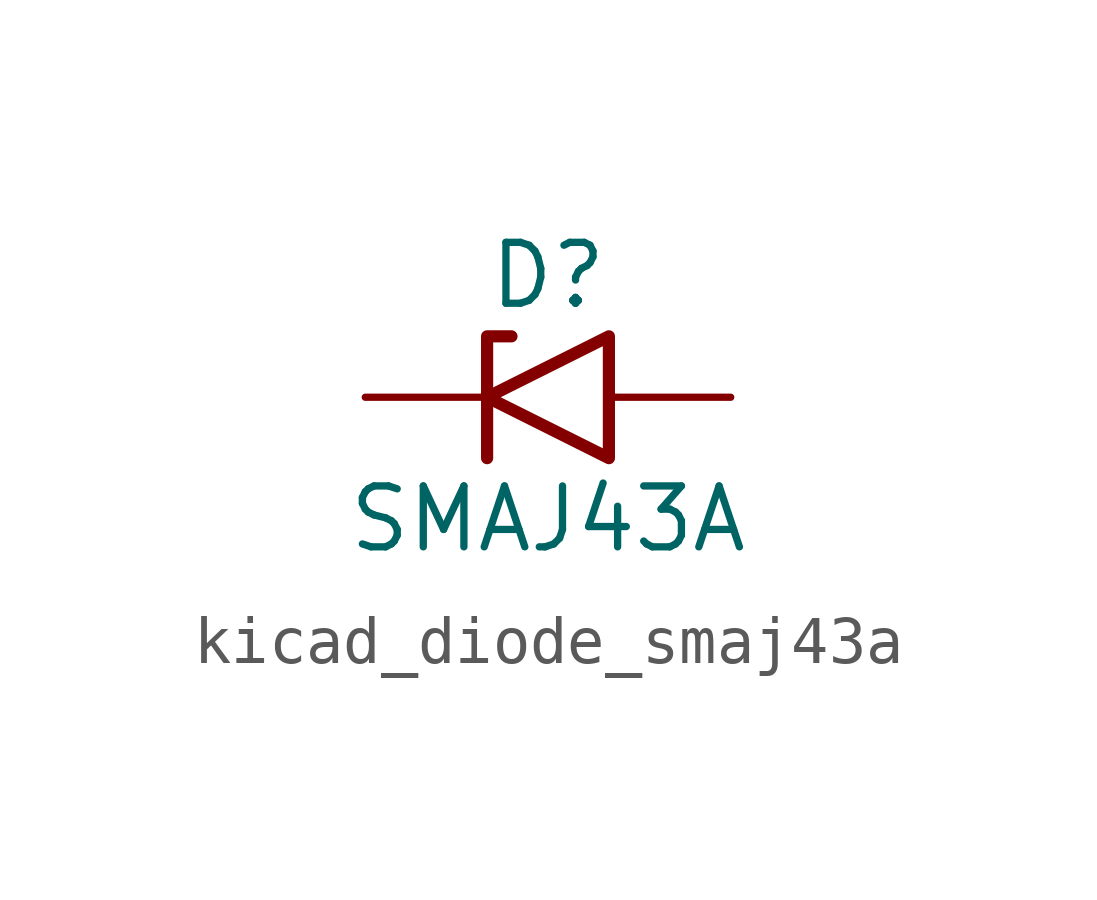
<source format=kicad_sym>
(kicad_symbol_lib
  (version 20220914)
  (generator kicad_symbol_editor)
  (symbol "kicad_diode_smaj43a"
    (pin_numbers hide)
    (pin_names
      (offset 1.016) hide)
    (property "Reference" "D"
      (at 0 2.54 0)
      (effects (font (size 1.27 1.27))))
    (property "Value" "SMAJ43A"
      (at 0 -2.54 0)
      (effects (font (size 1.27 1.27))))
    (symbol "kicad_diode_smaj43a_0_1"
      (polyline (pts (xy -0.762 1.27) (xy -1.27 1.27) (xy -1.27 -1.27)) (stroke (width 0.254) (type default)) (fill (type none)))
      (polyline (pts (xy 1.27 1.27) (xy 1.27 -1.27) (xy -1.27 0) (xy 1.27 1.27)) (stroke (width 0.254) (type default)) (fill (type none))))
    (symbol "kicad_diode_smaj43a_1_1"
      (pin passive line (at -3.81 0 0) (length 2.54) (name "A1" (effects (font (size 1.27 1.27)))) (number "1" (effects (font (size 1.27 1.27)))))
      (pin passive line (at 3.81 0 180) (length 2.54) (name "A2" (effects (font (size 1.27 1.27)))) (number "2" (effects (font (size 1.27 1.27))))))))
</source>
